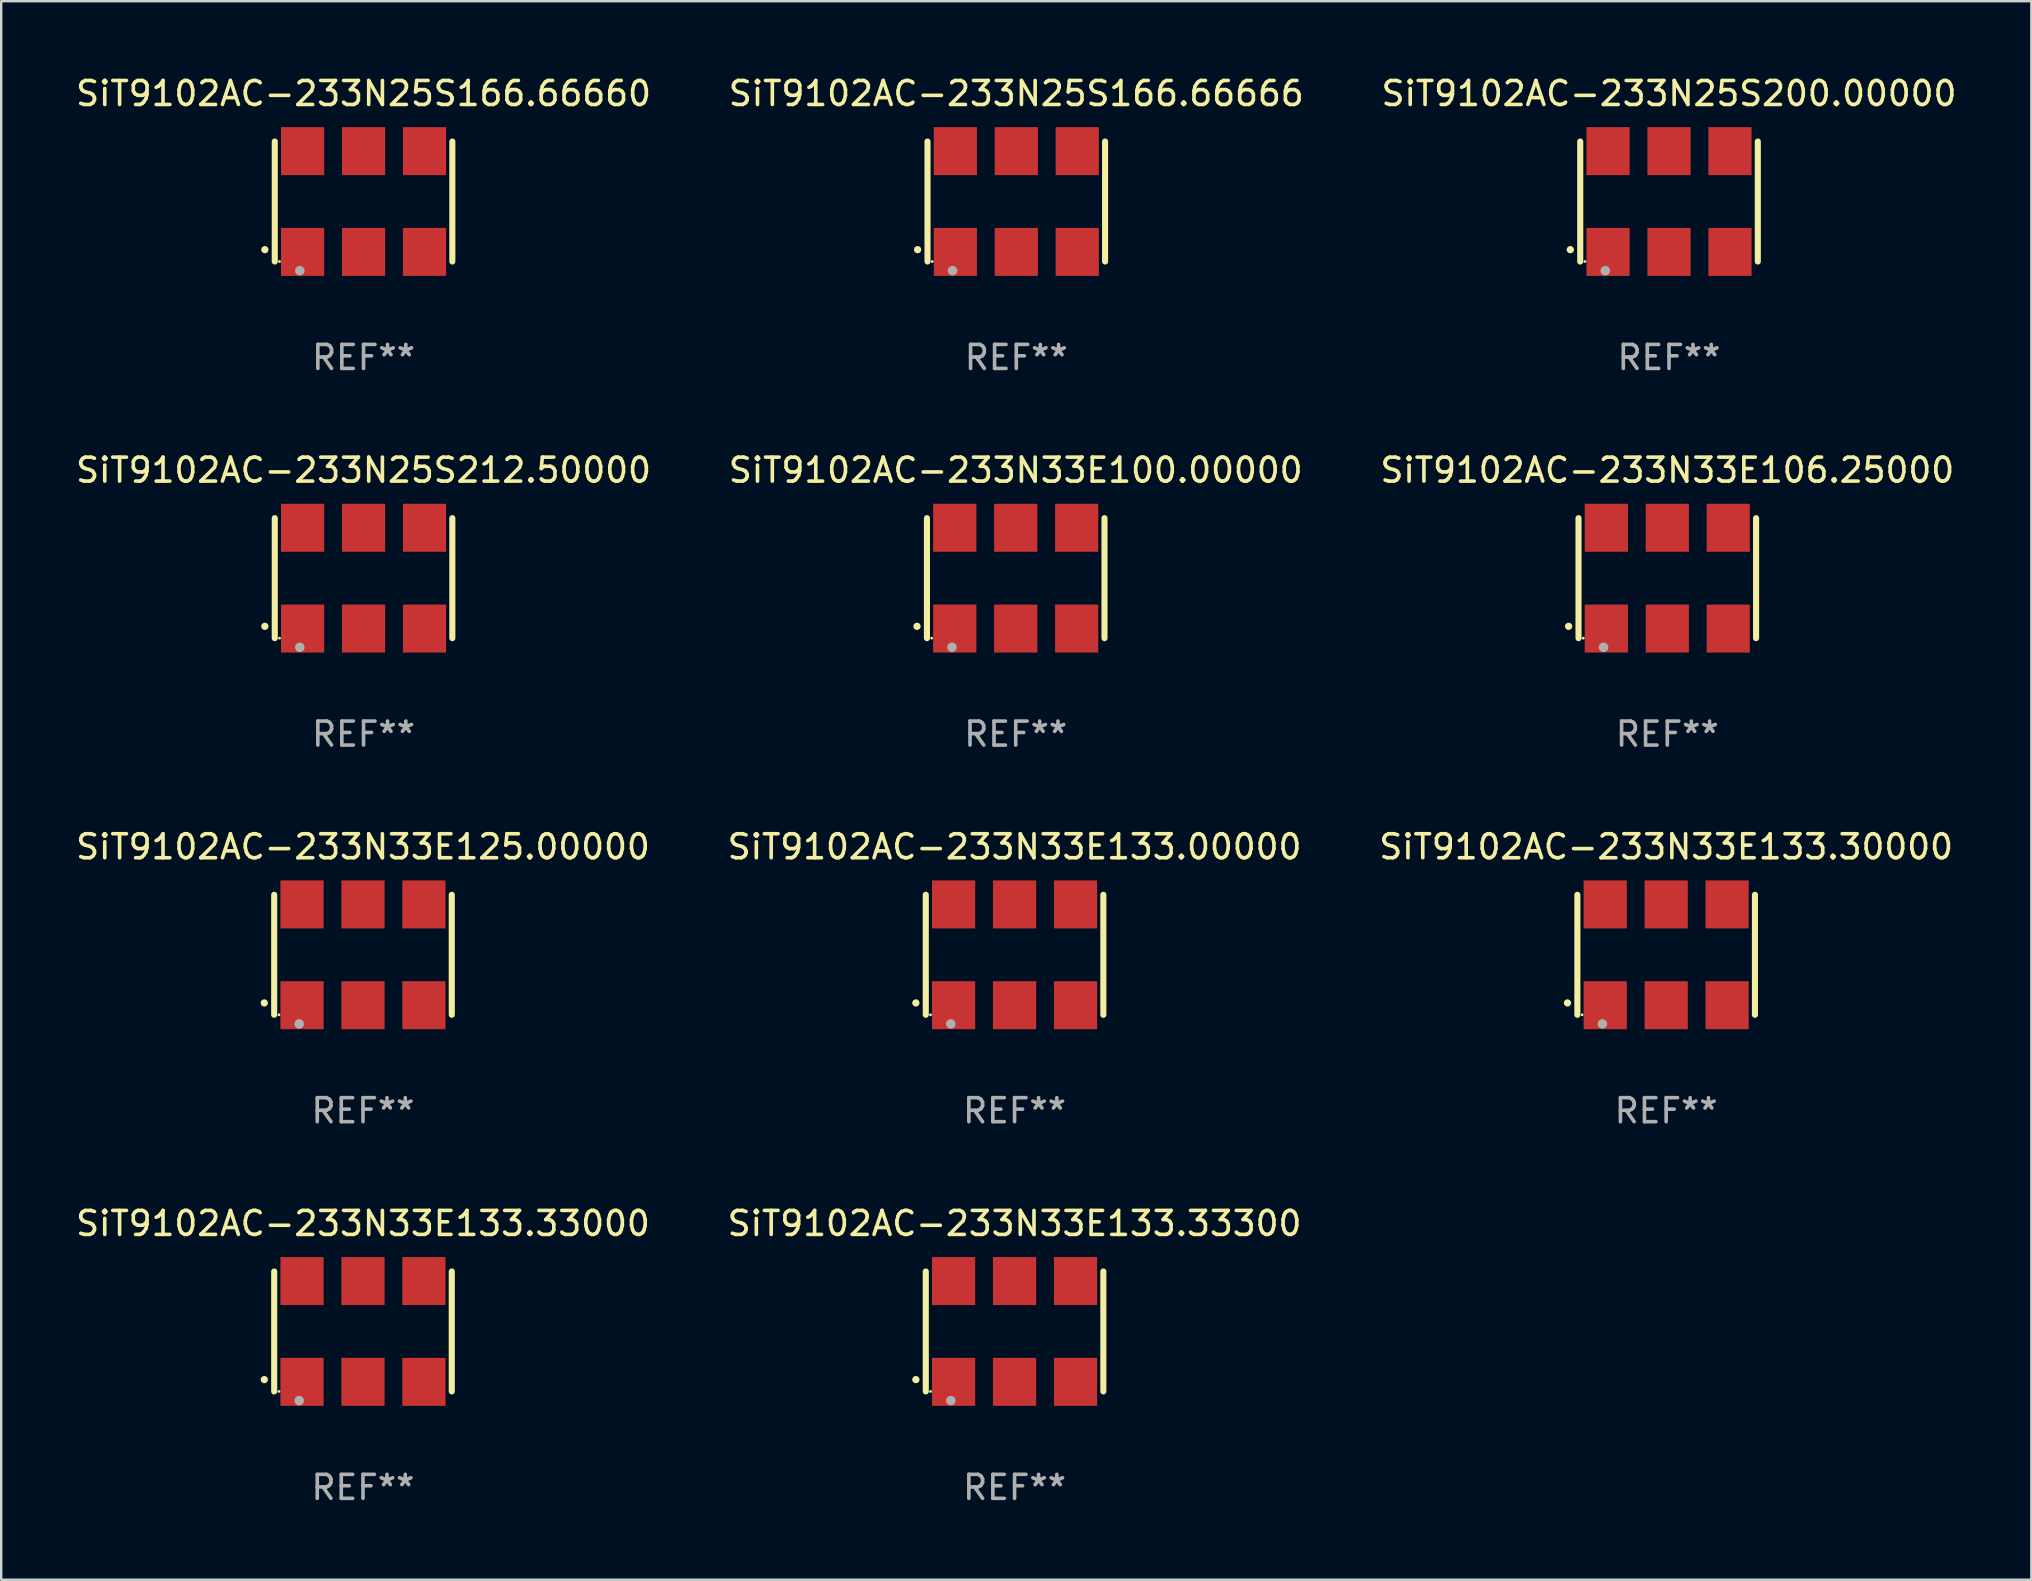
<source format=kicad_pcb>
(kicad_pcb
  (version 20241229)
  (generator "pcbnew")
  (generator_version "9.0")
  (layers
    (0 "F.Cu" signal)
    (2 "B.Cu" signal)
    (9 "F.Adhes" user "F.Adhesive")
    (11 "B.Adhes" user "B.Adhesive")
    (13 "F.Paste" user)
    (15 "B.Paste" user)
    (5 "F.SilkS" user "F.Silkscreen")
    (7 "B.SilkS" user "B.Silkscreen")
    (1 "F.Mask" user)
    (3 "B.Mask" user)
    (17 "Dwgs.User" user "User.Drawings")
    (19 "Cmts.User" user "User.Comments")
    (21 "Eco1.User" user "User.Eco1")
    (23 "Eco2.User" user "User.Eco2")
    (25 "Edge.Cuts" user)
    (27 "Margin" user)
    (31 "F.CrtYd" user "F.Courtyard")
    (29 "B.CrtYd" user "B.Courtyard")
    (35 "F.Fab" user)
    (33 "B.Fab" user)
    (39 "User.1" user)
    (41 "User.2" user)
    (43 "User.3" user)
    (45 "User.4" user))
  (footprint "SiT9102AC-233N33E133.33300"
    (layer "F.Cu")
    (at 39.232 52.438)
    (property "Reference" "SiT9102AC-233N33E133.33300" (at 0 -4.5 0) (layer "F.SilkS") (effects (font (size 1 1) (thickness 0.15))))
    (attr through_hole)
    (fp_line (start -3.7 -2.5) (end -3.7 2.5) (stroke (width 0.254) (type solid)) (layer "F.SilkS"))
    (fp_line (start 3.7 -2.5) (end 3.7 2.5) (stroke (width 0.254) (type solid)) (layer "F.SilkS"))
    (fp_arc (start -4.114415 2.006604) (mid -4.113145 2.006599) (end -4.111875 2.006604) (stroke (width 0.3) (type solid)) (layer "F.SilkS"))
    (fp_circle (center -3.502 2.5) (end -3.472 2.5) (stroke (width 0.06) (type solid)) (fill no) (layer "F.SilkS"))
    (fp_circle (center -2.657 2.882) (end -2.557 2.882) (stroke (width 0.2) (type solid)) (fill no) (layer "F.Fab"))
    (fp_text user "REF**" (at 0 6.5 0) (layer "F.Fab") (effects (font (size 1 1) (thickness 0.15))))
    (pad "1" smd rect (at -2.54 2.1) (size 1.8 2) (layers "F.Cu" "F.Mask" "F.Paste"))
    (pad "2" smd rect (at 0.000394 2.1) (size 1.8 2) (layers "F.Cu" "F.Mask" "F.Paste"))
    (pad "3" smd rect (at 2.54 2.1) (size 1.8 2) (layers "F.Cu" "F.Mask" "F.Paste"))
    (pad "4" smd rect (at 2.54 -2.1) (size 1.8 2) (layers "F.Cu" "F.Mask" "F.Paste"))
    (pad "5" smd rect (at 0.000394 -2.1) (size 1.8 2) (layers "F.Cu" "F.Mask" "F.Paste"))
    (pad "6" smd rect (at -2.54 -2.1) (size 1.8 2) (layers "F.Cu" "F.Mask" "F.Paste")))
  (footprint "SiT9102AC-233N33E133.33000"
    (layer "F.Cu")
    (at 12.077 52.438)
    (property "Reference" "SiT9102AC-233N33E133.33000" (at 0 -4.5 0) (layer "F.SilkS") (effects (font (size 1 1) (thickness 0.15))))
    (attr through_hole)
    (fp_line (start -3.7 -2.5) (end -3.7 2.5) (stroke (width 0.254) (type solid)) (layer "F.SilkS"))
    (fp_line (start 3.7 -2.5) (end 3.7 2.5) (stroke (width 0.254) (type solid)) (layer "F.SilkS"))
    (fp_arc (start -4.114415 2.006604) (mid -4.113145 2.006599) (end -4.111875 2.006604) (stroke (width 0.3) (type solid)) (layer "F.SilkS"))
    (fp_circle (center -3.502 2.5) (end -3.472 2.5) (stroke (width 0.06) (type solid)) (fill no) (layer "F.SilkS"))
    (fp_circle (center -2.657 2.882) (end -2.557 2.882) (stroke (width 0.2) (type solid)) (fill no) (layer "F.Fab"))
    (fp_text user "REF**" (at 0 6.5 0) (layer "F.Fab") (effects (font (size 1 1) (thickness 0.15))))
    (pad "1" smd rect (at -2.54 2.1) (size 1.8 2) (layers "F.Cu" "F.Mask" "F.Paste"))
    (pad "2" smd rect (at 0.000394 2.1) (size 1.8 2) (layers "F.Cu" "F.Mask" "F.Paste"))
    (pad "3" smd rect (at 2.54 2.1) (size 1.8 2) (layers "F.Cu" "F.Mask" "F.Paste"))
    (pad "4" smd rect (at 2.54 -2.1) (size 1.8 2) (layers "F.Cu" "F.Mask" "F.Paste"))
    (pad "5" smd rect (at 0.000394 -2.1) (size 1.8 2) (layers "F.Cu" "F.Mask" "F.Paste"))
    (pad "6" smd rect (at -2.54 -2.1) (size 1.8 2) (layers "F.Cu" "F.Mask" "F.Paste")))
  (footprint "SiT9102AC-233N33E100.00000"
    (layer "F.Cu")
    (at 39.28 21.045)
    (property "Reference" "SiT9102AC-233N33E100.00000" (at 0 -4.5 0) (layer "F.SilkS") (effects (font (size 1 1) (thickness 0.15))))
    (attr through_hole)
    (fp_line (start -3.7 -2.5) (end -3.7 2.5) (stroke (width 0.254) (type solid)) (layer "F.SilkS"))
    (fp_line (start 3.7 -2.5) (end 3.7 2.5) (stroke (width 0.254) (type solid)) (layer "F.SilkS"))
    (fp_arc (start -4.114415 2.006604) (mid -4.113145 2.006599) (end -4.111875 2.006604) (stroke (width 0.3) (type solid)) (layer "F.SilkS"))
    (fp_circle (center -3.502 2.5) (end -3.472 2.5) (stroke (width 0.06) (type solid)) (fill no) (layer "F.SilkS"))
    (fp_circle (center -2.657 2.882) (end -2.557 2.882) (stroke (width 0.2) (type solid)) (fill no) (layer "F.Fab"))
    (fp_text user "REF**" (at 0 6.5 0) (layer "F.Fab") (effects (font (size 1 1) (thickness 0.15))))
    (pad "1" smd rect (at -2.54 2.1) (size 1.8 2) (layers "F.Cu" "F.Mask" "F.Paste"))
    (pad "2" smd rect (at 0.000394 2.1) (size 1.8 2) (layers "F.Cu" "F.Mask" "F.Paste"))
    (pad "3" smd rect (at 2.54 2.1) (size 1.8 2) (layers "F.Cu" "F.Mask" "F.Paste"))
    (pad "4" smd rect (at 2.54 -2.1) (size 1.8 2) (layers "F.Cu" "F.Mask" "F.Paste"))
    (pad "5" smd rect (at 0.000394 -2.1) (size 1.8 2) (layers "F.Cu" "F.Mask" "F.Paste"))
    (pad "6" smd rect (at -2.54 -2.1) (size 1.8 2) (layers "F.Cu" "F.Mask" "F.Paste")))
  (footprint "SiT9102AC-233N25S166.66660"
    (layer "F.Cu")
    (at 12.101 5.348)
    (property "Reference" "SiT9102AC-233N25S166.66660" (at 0 -4.5 0) (layer "F.SilkS") (effects (font (size 1 1) (thickness 0.15))))
    (attr through_hole)
    (fp_line (start -3.7 -2.5) (end -3.7 2.5) (stroke (width 0.254) (type solid)) (layer "F.SilkS"))
    (fp_line (start 3.7 -2.5) (end 3.7 2.5) (stroke (width 0.254) (type solid)) (layer "F.SilkS"))
    (fp_arc (start -4.114415 2.006604) (mid -4.113145 2.006599) (end -4.111875 2.006604) (stroke (width 0.3) (type solid)) (layer "F.SilkS"))
    (fp_circle (center -3.502 2.5) (end -3.472 2.5) (stroke (width 0.06) (type solid)) (fill no) (layer "F.SilkS"))
    (fp_circle (center -2.657 2.882) (end -2.557 2.882) (stroke (width 0.2) (type solid)) (fill no) (layer "F.Fab"))
    (fp_text user "REF**" (at 0 6.5 0) (layer "F.Fab") (effects (font (size 1 1) (thickness 0.15))))
    (pad "1" smd rect (at -2.54 2.1) (size 1.8 2) (layers "F.Cu" "F.Mask" "F.Paste"))
    (pad "2" smd rect (at 0.000394 2.1) (size 1.8 2) (layers "F.Cu" "F.Mask" "F.Paste"))
    (pad "3" smd rect (at 2.54 2.1) (size 1.8 2) (layers "F.Cu" "F.Mask" "F.Paste"))
    (pad "4" smd rect (at 2.54 -2.1) (size 1.8 2) (layers "F.Cu" "F.Mask" "F.Paste"))
    (pad "5" smd rect (at 0.000394 -2.1) (size 1.8 2) (layers "F.Cu" "F.Mask" "F.Paste"))
    (pad "6" smd rect (at -2.54 -2.1) (size 1.8 2) (layers "F.Cu" "F.Mask" "F.Paste")))
  (footprint "SiT9102AC-233N33E125.00000"
    (layer "F.Cu")
    (at 12.077 36.741)
    (property "Reference" "SiT9102AC-233N33E125.00000" (at 0 -4.5 0) (layer "F.SilkS") (effects (font (size 1 1) (thickness 0.15))))
    (attr through_hole)
    (fp_line (start -3.7 -2.5) (end -3.7 2.5) (stroke (width 0.254) (type solid)) (layer "F.SilkS"))
    (fp_line (start 3.7 -2.5) (end 3.7 2.5) (stroke (width 0.254) (type solid)) (layer "F.SilkS"))
    (fp_arc (start -4.114415 2.006604) (mid -4.113145 2.006599) (end -4.111875 2.006604) (stroke (width 0.3) (type solid)) (layer "F.SilkS"))
    (fp_circle (center -3.502 2.5) (end -3.472 2.5) (stroke (width 0.06) (type solid)) (fill no) (layer "F.SilkS"))
    (fp_circle (center -2.657 2.882) (end -2.557 2.882) (stroke (width 0.2) (type solid)) (fill no) (layer "F.Fab"))
    (fp_text user "REF**" (at 0 6.5 0) (layer "F.Fab") (effects (font (size 1 1) (thickness 0.15))))
    (pad "1" smd rect (at -2.54 2.1) (size 1.8 2) (layers "F.Cu" "F.Mask" "F.Paste"))
    (pad "2" smd rect (at 0.000394 2.1) (size 1.8 2) (layers "F.Cu" "F.Mask" "F.Paste"))
    (pad "3" smd rect (at 2.54 2.1) (size 1.8 2) (layers "F.Cu" "F.Mask" "F.Paste"))
    (pad "4" smd rect (at 2.54 -2.1) (size 1.8 2) (layers "F.Cu" "F.Mask" "F.Paste"))
    (pad "5" smd rect (at 0.000394 -2.1) (size 1.8 2) (layers "F.Cu" "F.Mask" "F.Paste"))
    (pad "6" smd rect (at -2.54 -2.1) (size 1.8 2) (layers "F.Cu" "F.Mask" "F.Paste")))
  (footprint "SiT9102AC-233N25S200.00000"
    (layer "F.Cu")
    (at 66.506 5.348)
    (property "Reference" "SiT9102AC-233N25S200.00000" (at 0 -4.5 0) (layer "F.SilkS") (effects (font (size 1 1) (thickness 0.15))))
    (attr through_hole)
    (fp_line (start -3.7 -2.5) (end -3.7 2.5) (stroke (width 0.254) (type solid)) (layer "F.SilkS"))
    (fp_line (start 3.7 -2.5) (end 3.7 2.5) (stroke (width 0.254) (type solid)) (layer "F.SilkS"))
    (fp_arc (start -4.114415 2.006604) (mid -4.113145 2.006599) (end -4.111875 2.006604) (stroke (width 0.3) (type solid)) (layer "F.SilkS"))
    (fp_circle (center -3.502 2.5) (end -3.472 2.5) (stroke (width 0.06) (type solid)) (fill no) (layer "F.SilkS"))
    (fp_circle (center -2.657 2.882) (end -2.557 2.882) (stroke (width 0.2) (type solid)) (fill no) (layer "F.Fab"))
    (fp_text user "REF**" (at 0 6.5 0) (layer "F.Fab") (effects (font (size 1 1) (thickness 0.15))))
    (pad "1" smd rect (at -2.54 2.1) (size 1.8 2) (layers "F.Cu" "F.Mask" "F.Paste"))
    (pad "2" smd rect (at 0.000394 2.1) (size 1.8 2) (layers "F.Cu" "F.Mask" "F.Paste"))
    (pad "3" smd rect (at 2.54 2.1) (size 1.8 2) (layers "F.Cu" "F.Mask" "F.Paste"))
    (pad "4" smd rect (at 2.54 -2.1) (size 1.8 2) (layers "F.Cu" "F.Mask" "F.Paste"))
    (pad "5" smd rect (at 0.000394 -2.1) (size 1.8 2) (layers "F.Cu" "F.Mask" "F.Paste"))
    (pad "6" smd rect (at -2.54 -2.1) (size 1.8 2) (layers "F.Cu" "F.Mask" "F.Paste")))
  (footprint "SiT9102AC-233N33E133.00000"
    (layer "F.Cu")
    (at 39.232 36.741)
    (property "Reference" "SiT9102AC-233N33E133.00000" (at 0 -4.5 0) (layer "F.SilkS") (effects (font (size 1 1) (thickness 0.15))))
    (attr through_hole)
    (fp_line (start -3.7 -2.5) (end -3.7 2.5) (stroke (width 0.254) (type solid)) (layer "F.SilkS"))
    (fp_line (start 3.7 -2.5) (end 3.7 2.5) (stroke (width 0.254) (type solid)) (layer "F.SilkS"))
    (fp_arc (start -4.114415 2.006604) (mid -4.113145 2.006599) (end -4.111875 2.006604) (stroke (width 0.3) (type solid)) (layer "F.SilkS"))
    (fp_circle (center -3.502 2.5) (end -3.472 2.5) (stroke (width 0.06) (type solid)) (fill no) (layer "F.SilkS"))
    (fp_circle (center -2.657 2.882) (end -2.557 2.882) (stroke (width 0.2) (type solid)) (fill no) (layer "F.Fab"))
    (fp_text user "REF**" (at 0 6.5 0) (layer "F.Fab") (effects (font (size 1 1) (thickness 0.15))))
    (pad "1" smd rect (at -2.54 2.1) (size 1.8 2) (layers "F.Cu" "F.Mask" "F.Paste"))
    (pad "2" smd rect (at 0.000394 2.1) (size 1.8 2) (layers "F.Cu" "F.Mask" "F.Paste"))
    (pad "3" smd rect (at 2.54 2.1) (size 1.8 2) (layers "F.Cu" "F.Mask" "F.Paste"))
    (pad "4" smd rect (at 2.54 -2.1) (size 1.8 2) (layers "F.Cu" "F.Mask" "F.Paste"))
    (pad "5" smd rect (at 0.000394 -2.1) (size 1.8 2) (layers "F.Cu" "F.Mask" "F.Paste"))
    (pad "6" smd rect (at -2.54 -2.1) (size 1.8 2) (layers "F.Cu" "F.Mask" "F.Paste")))
  (footprint "SiT9102AC-233N33E106.25000"
    (layer "F.Cu")
    (at 66.435 21.045)
    (property "Reference" "SiT9102AC-233N33E106.25000" (at 0 -4.5 0) (layer "F.SilkS") (effects (font (size 1 1) (thickness 0.15))))
    (attr through_hole)
    (fp_line (start -3.7 -2.5) (end -3.7 2.5) (stroke (width 0.254) (type solid)) (layer "F.SilkS"))
    (fp_line (start 3.7 -2.5) (end 3.7 2.5) (stroke (width 0.254) (type solid)) (layer "F.SilkS"))
    (fp_arc (start -4.114415 2.006604) (mid -4.113145 2.006599) (end -4.111875 2.006604) (stroke (width 0.3) (type solid)) (layer "F.SilkS"))
    (fp_circle (center -3.502 2.5) (end -3.472 2.5) (stroke (width 0.06) (type solid)) (fill no) (layer "F.SilkS"))
    (fp_circle (center -2.657 2.882) (end -2.557 2.882) (stroke (width 0.2) (type solid)) (fill no) (layer "F.Fab"))
    (fp_text user "REF**" (at 0 6.5 0) (layer "F.Fab") (effects (font (size 1 1) (thickness 0.15))))
    (pad "1" smd rect (at -2.54 2.1) (size 1.8 2) (layers "F.Cu" "F.Mask" "F.Paste"))
    (pad "2" smd rect (at 0.000394 2.1) (size 1.8 2) (layers "F.Cu" "F.Mask" "F.Paste"))
    (pad "3" smd rect (at 2.54 2.1) (size 1.8 2) (layers "F.Cu" "F.Mask" "F.Paste"))
    (pad "4" smd rect (at 2.54 -2.1) (size 1.8 2) (layers "F.Cu" "F.Mask" "F.Paste"))
    (pad "5" smd rect (at 0.000394 -2.1) (size 1.8 2) (layers "F.Cu" "F.Mask" "F.Paste"))
    (pad "6" smd rect (at -2.54 -2.1) (size 1.8 2) (layers "F.Cu" "F.Mask" "F.Paste")))
  (footprint "SiT9102AC-233N25S212.50000"
    (layer "F.Cu")
    (at 12.101 21.045)
    (property "Reference" "SiT9102AC-233N25S212.50000" (at 0 -4.5 0) (layer "F.SilkS") (effects (font (size 1 1) (thickness 0.15))))
    (attr through_hole)
    (fp_line (start -3.7 -2.5) (end -3.7 2.5) (stroke (width 0.254) (type solid)) (layer "F.SilkS"))
    (fp_line (start 3.7 -2.5) (end 3.7 2.5) (stroke (width 0.254) (type solid)) (layer "F.SilkS"))
    (fp_arc (start -4.114415 2.006604) (mid -4.113145 2.006599) (end -4.111875 2.006604) (stroke (width 0.3) (type solid)) (layer "F.SilkS"))
    (fp_circle (center -3.502 2.5) (end -3.472 2.5) (stroke (width 0.06) (type solid)) (fill no) (layer "F.SilkS"))
    (fp_circle (center -2.657 2.882) (end -2.557 2.882) (stroke (width 0.2) (type solid)) (fill no) (layer "F.Fab"))
    (fp_text user "REF**" (at 0 6.5 0) (layer "F.Fab") (effects (font (size 1 1) (thickness 0.15))))
    (pad "1" smd rect (at -2.54 2.1) (size 1.8 2) (layers "F.Cu" "F.Mask" "F.Paste"))
    (pad "2" smd rect (at 0.000394 2.1) (size 1.8 2) (layers "F.Cu" "F.Mask" "F.Paste"))
    (pad "3" smd rect (at 2.54 2.1) (size 1.8 2) (layers "F.Cu" "F.Mask" "F.Paste"))
    (pad "4" smd rect (at 2.54 -2.1) (size 1.8 2) (layers "F.Cu" "F.Mask" "F.Paste"))
    (pad "5" smd rect (at 0.000394 -2.1) (size 1.8 2) (layers "F.Cu" "F.Mask" "F.Paste"))
    (pad "6" smd rect (at -2.54 -2.1) (size 1.8 2) (layers "F.Cu" "F.Mask" "F.Paste")))
  (footprint "SiT9102AC-233N25S166.66666"
    (layer "F.Cu")
    (at 39.304 5.348)
    (property "Reference" "SiT9102AC-233N25S166.66666" (at 0 -4.5 0) (layer "F.SilkS") (effects (font (size 1 1) (thickness 0.15))))
    (attr through_hole)
    (fp_line (start -3.7 -2.5) (end -3.7 2.5) (stroke (width 0.254) (type solid)) (layer "F.SilkS"))
    (fp_line (start 3.7 -2.5) (end 3.7 2.5) (stroke (width 0.254) (type solid)) (layer "F.SilkS"))
    (fp_arc (start -4.114415 2.006604) (mid -4.113145 2.006599) (end -4.111875 2.006604) (stroke (width 0.3) (type solid)) (layer "F.SilkS"))
    (fp_circle (center -3.502 2.5) (end -3.472 2.5) (stroke (width 0.06) (type solid)) (fill no) (layer "F.SilkS"))
    (fp_circle (center -2.657 2.882) (end -2.557 2.882) (stroke (width 0.2) (type solid)) (fill no) (layer "F.Fab"))
    (fp_text user "REF**" (at 0 6.5 0) (layer "F.Fab") (effects (font (size 1 1) (thickness 0.15))))
    (pad "1" smd rect (at -2.54 2.1) (size 1.8 2) (layers "F.Cu" "F.Mask" "F.Paste"))
    (pad "2" smd rect (at 0.000394 2.1) (size 1.8 2) (layers "F.Cu" "F.Mask" "F.Paste"))
    (pad "3" smd rect (at 2.54 2.1) (size 1.8 2) (layers "F.Cu" "F.Mask" "F.Paste"))
    (pad "4" smd rect (at 2.54 -2.1) (size 1.8 2) (layers "F.Cu" "F.Mask" "F.Paste"))
    (pad "5" smd rect (at 0.000394 -2.1) (size 1.8 2) (layers "F.Cu" "F.Mask" "F.Paste"))
    (pad "6" smd rect (at -2.54 -2.1) (size 1.8 2) (layers "F.Cu" "F.Mask" "F.Paste")))
  (footprint "SiT9102AC-233N33E133.30000"
    (layer "F.Cu")
    (at 66.387 36.741)
    (property "Reference" "SiT9102AC-233N33E133.30000" (at 0 -4.5 0) (layer "F.SilkS") (effects (font (size 1 1) (thickness 0.15))))
    (attr through_hole)
    (fp_line (start -3.7 -2.5) (end -3.7 2.5) (stroke (width 0.254) (type solid)) (layer "F.SilkS"))
    (fp_line (start 3.7 -2.5) (end 3.7 2.5) (stroke (width 0.254) (type solid)) (layer "F.SilkS"))
    (fp_arc (start -4.114415 2.006604) (mid -4.113145 2.006599) (end -4.111875 2.006604) (stroke (width 0.3) (type solid)) (layer "F.SilkS"))
    (fp_circle (center -3.502 2.5) (end -3.472 2.5) (stroke (width 0.06) (type solid)) (fill no) (layer "F.SilkS"))
    (fp_circle (center -2.657 2.882) (end -2.557 2.882) (stroke (width 0.2) (type solid)) (fill no) (layer "F.Fab"))
    (fp_text user "REF**" (at 0 6.5 0) (layer "F.Fab") (effects (font (size 1 1) (thickness 0.15))))
    (pad "1" smd rect (at -2.54 2.1) (size 1.8 2) (layers "F.Cu" "F.Mask" "F.Paste"))
    (pad "2" smd rect (at 0.000394 2.1) (size 1.8 2) (layers "F.Cu" "F.Mask" "F.Paste"))
    (pad "3" smd rect (at 2.54 2.1) (size 1.8 2) (layers "F.Cu" "F.Mask" "F.Paste"))
    (pad "4" smd rect (at 2.54 -2.1) (size 1.8 2) (layers "F.Cu" "F.Mask" "F.Paste"))
    (pad "5" smd rect (at 0.000394 -2.1) (size 1.8 2) (layers "F.Cu" "F.Mask" "F.Paste"))
    (pad "6" smd rect (at -2.54 -2.1) (size 1.8 2) (layers "F.Cu" "F.Mask" "F.Paste")))
  (gr_rect
    (start -3 -3)
    (end 81.607 62.786)
    (stroke (width 0.1) (type default))
    (fill no)
    (layer "Edge.Cuts")))
</source>
